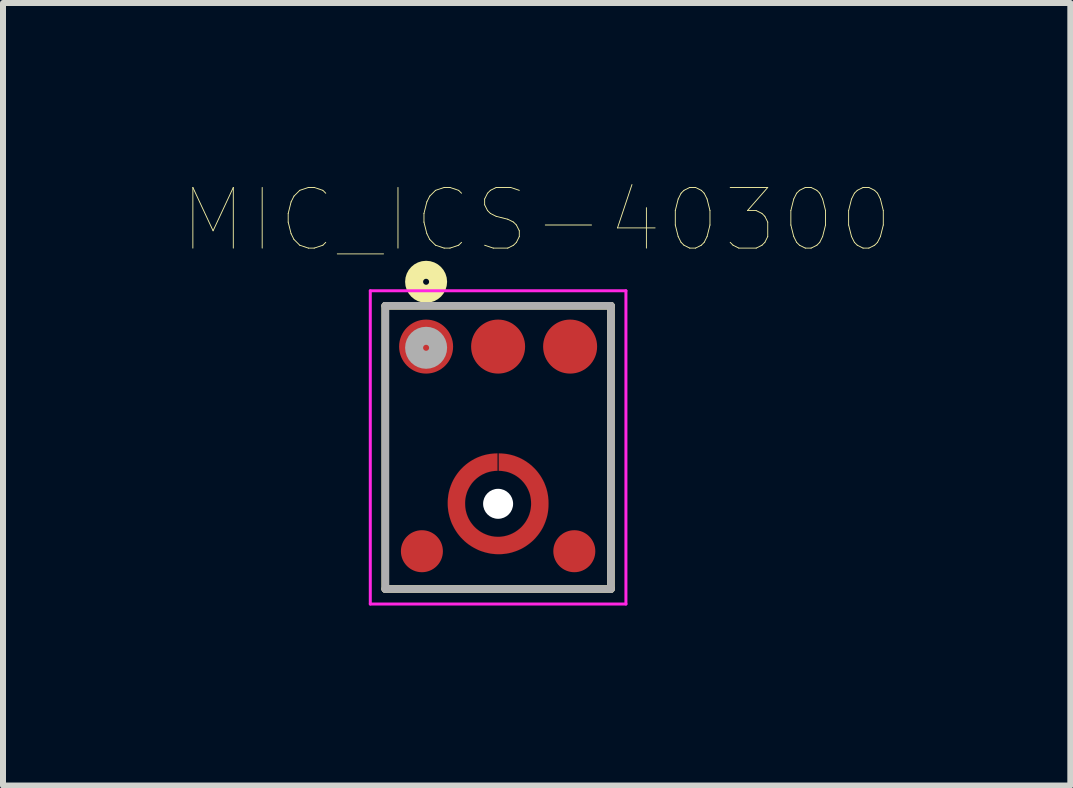
<source format=kicad_pcb>
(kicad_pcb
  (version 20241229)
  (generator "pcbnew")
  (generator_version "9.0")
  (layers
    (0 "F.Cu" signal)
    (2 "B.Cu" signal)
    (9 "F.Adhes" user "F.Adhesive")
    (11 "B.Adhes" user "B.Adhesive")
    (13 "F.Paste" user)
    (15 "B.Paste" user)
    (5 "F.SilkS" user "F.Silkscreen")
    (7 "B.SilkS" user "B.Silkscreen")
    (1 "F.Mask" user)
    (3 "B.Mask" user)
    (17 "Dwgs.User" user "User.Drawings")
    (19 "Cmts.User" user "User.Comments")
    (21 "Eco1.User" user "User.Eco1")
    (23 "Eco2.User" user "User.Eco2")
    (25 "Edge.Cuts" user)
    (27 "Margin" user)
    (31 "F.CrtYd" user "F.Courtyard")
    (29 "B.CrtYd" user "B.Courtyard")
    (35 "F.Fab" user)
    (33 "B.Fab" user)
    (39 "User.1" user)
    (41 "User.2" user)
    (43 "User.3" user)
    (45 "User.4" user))
  (footprint "MIC_ICS-40300"
    (layer "F.Cu")
    (at 5.251 5.346)
    (property "Reference" "MIC_ICS-40300" (at 0.642 -4.728 0) (layer "F.SilkS") (effects (font (size 1.011 1.011) (thickness 0.015))))
    (attr through_hole)
    (fp_poly (pts (xy -0.01 -0.84) (xy -0.01 -0.55) (xy -0.02 -0.55) (xy -0.048 -0.549) (xy -0.076 -0.546) (xy -0.104 -0.542) (xy -0.131 -0.536) (xy -0.159 -0.529) (xy -0.186 -0.521) (xy -0.212 -0.511) (xy -0.238 -0.499) (xy -0.264 -0.487) (xy -0.288 -0.473) (xy -0.312 -0.458) (xy -0.335 -0.441) (xy -0.357 -0.424) (xy -0.378 -0.405) (xy -0.399 -0.385) (xy -0.418 -0.364) (xy -0.436 -0.343) (xy -0.452 -0.32) (xy -0.468 -0.296) (xy -0.482 -0.272) (xy -0.495 -0.247) (xy -0.507 -0.221) (xy -0.518 -0.195) (xy -0.526 -0.168) (xy -0.534 -0.141) (xy -0.54 -0.113) (xy -0.545 -0.085) (xy -0.548 -0.057) (xy -0.55 -0.029) (xy -0.55 0) (xy -0.549 0.029) (xy -0.547 0.057) (xy -0.543 0.086) (xy -0.538 0.114) (xy -0.531 0.142) (xy -0.523 0.17) (xy -0.513 0.197) (xy -0.502 0.224) (xy -0.49 0.25) (xy -0.476 0.275) (xy -0.461 0.3) (xy -0.445 0.323) (xy -0.427 0.346) (xy -0.409 0.368) (xy -0.389 0.389) (xy -0.368 0.409) (xy -0.346 0.427) (xy -0.323 0.445) (xy -0.3 0.461) (xy -0.275 0.476) (xy -0.25 0.49) (xy -0.224 0.502) (xy -0.197 0.513) (xy -0.17 0.523) (xy -0.142 0.531) (xy -0.114 0.538) (xy -0.086 0.543) (xy -0.057 0.547) (xy -0.029 0.549) (xy 0 0.55) (xy 0.034 0.549) (xy 0.063 0.546) (xy 0.091 0.542) (xy 0.12 0.536) (xy 0.148 0.529) (xy 0.176 0.52) (xy 0.203 0.51) (xy 0.23 0.498) (xy 0.256 0.485) (xy 0.281 0.471) (xy 0.305 0.455) (xy 0.329 0.438) (xy 0.352 0.42) (xy 0.374 0.401) (xy 0.394 0.381) (xy 0.414 0.359) (xy 0.432 0.337) (xy 0.45 0.313) (xy 0.466 0.289) (xy 0.48 0.264) (xy 0.494 0.238) (xy 0.506 0.212) (xy 0.517 0.185) (xy 0.526 0.157) (xy 0.534 0.129) (xy 0.54 0.101) (xy 0.545 0.072) (xy 0.548 0.043) (xy 0.55 0.014) (xy 0.55 -0.01) (xy 0.549 -0.038) (xy 0.547 -0.066) (xy 0.543 -0.094) (xy 0.538 -0.122) (xy 0.532 -0.15) (xy 0.524 -0.177) (xy 0.514 -0.204) (xy 0.503 -0.23) (xy 0.491 -0.255) (xy 0.478 -0.28) (xy 0.463 -0.304) (xy 0.447 -0.327) (xy 0.43 -0.35) (xy 0.411 -0.371) (xy 0.392 -0.392) (xy 0.371 -0.411) (xy 0.35 -0.43) (xy 0.327 -0.447) (xy 0.304 -0.463) (xy 0.28 -0.478) (xy 0.255 -0.491) (xy 0.23 -0.503) (xy 0.204 -0.514) (xy 0.177 -0.524) (xy 0.15 -0.532) (xy 0.122 -0.538) (xy 0.094 -0.543) (xy 0.066 -0.547) (xy 0.038 -0.549) (xy 0.01 -0.55) (xy 0.01 -0.84) (xy 0.058 -0.839) (xy 0.101 -0.835) (xy 0.144 -0.83) (xy 0.187 -0.822) (xy 0.229 -0.812) (xy 0.27 -0.8) (xy 0.311 -0.785) (xy 0.351 -0.769) (xy 0.39 -0.75) (xy 0.428 -0.729) (xy 0.464 -0.707) (xy 0.5 -0.682) (xy 0.534 -0.656) (xy 0.567 -0.628) (xy 0.598 -0.598) (xy 0.628 -0.567) (xy 0.656 -0.534) (xy 0.682 -0.5) (xy 0.707 -0.464) (xy 0.729 -0.428) (xy 0.75 -0.39) (xy 0.769 -0.351) (xy 0.785 -0.311) (xy 0.8 -0.27) (xy 0.812 -0.229) (xy 0.822 -0.187) (xy 0.83 -0.144) (xy 0.835 -0.101) (xy 0.839 -0.058) (xy 0.84 -0.02) (xy 0.84 0.01) (xy 0.839 0.053) (xy 0.835 0.097) (xy 0.83 0.14) (xy 0.822 0.183) (xy 0.812 0.225) (xy 0.799 0.266) (xy 0.785 0.307) (xy 0.768 0.348) (xy 0.75 0.387) (xy 0.729 0.425) (xy 0.706 0.462) (xy 0.681 0.498) (xy 0.655 0.532) (xy 0.627 0.565) (xy 0.597 0.597) (xy 0.565 0.627) (xy 0.532 0.655) (xy 0.498 0.681) (xy 0.462 0.706) (xy 0.425 0.729) (xy 0.387 0.75) (xy 0.348 0.768) (xy 0.307 0.785) (xy 0.266 0.799) (xy 0.225 0.812) (xy 0.183 0.822) (xy 0.14 0.83) (xy 0.097 0.835) (xy 0.053 0.839) (xy 0.01 0.84) (xy -0.034 0.839) (xy -0.079 0.835) (xy -0.123 0.83) (xy -0.167 0.821) (xy -0.21 0.811) (xy -0.253 0.798) (xy -0.295 0.784) (xy -0.336 0.767) (xy -0.376 0.747) (xy -0.415 0.726) (xy -0.453 0.703) (xy -0.49 0.678) (xy -0.525 0.651) (xy -0.559 0.622) (xy -0.591 0.591) (xy -0.622 0.559) (xy -0.651 0.525) (xy -0.678 0.49) (xy -0.703 0.453) (xy -0.726 0.415) (xy -0.747 0.376) (xy -0.767 0.336) (xy -0.784 0.295) (xy -0.798 0.253) (xy -0.811 0.21) (xy -0.821 0.167) (xy -0.83 0.123) (xy -0.835 0.079) (xy -0.839 0.034) (xy -0.84 -0.01) (xy -0.84 -0.02) (xy -0.839 -0.058) (xy -0.835 -0.101) (xy -0.83 -0.144) (xy -0.822 -0.187) (xy -0.812 -0.229) (xy -0.8 -0.27) (xy -0.785 -0.311) (xy -0.769 -0.351) (xy -0.75 -0.39) (xy -0.729 -0.428) (xy -0.707 -0.464) (xy -0.682 -0.5) (xy -0.656 -0.534) (xy -0.628 -0.567) (xy -0.598 -0.598) (xy -0.567 -0.628) (xy -0.534 -0.656) (xy -0.5 -0.682) (xy -0.464 -0.707) (xy -0.428 -0.729) (xy -0.39 -0.75) (xy -0.351 -0.769) (xy -0.311 -0.785) (xy -0.27 -0.8) (xy -0.229 -0.812) (xy -0.187 -0.822) (xy -0.144 -0.83) (xy -0.101 -0.835) (xy -0.058 -0.839) (xy -0.01 -0.84)) (stroke (width 0.001) (type solid)) (fill yes) (layer "F.Cu"))
    (fp_circle (center 0 -0.007) (end 0.69 -0.007) (stroke (width 0.5) (type solid)) (fill no) (layer "F.Mask"))
    (fp_line (start -1.88 -3.3) (end 1.88 -3.3) (stroke (width 0.127) (type solid)) (layer "F.SilkS"))
    (fp_line (start -1.88 1.42) (end -1.88 -3.3) (stroke (width 0.127) (type solid)) (layer "F.SilkS"))
    (fp_line (start 1.88 -3.3) (end 1.88 1.42) (stroke (width 0.127) (type solid)) (layer "F.SilkS"))
    (fp_line (start 1.88 1.42) (end -1.88 1.42) (stroke (width 0.127) (type solid)) (layer "F.SilkS"))
    (fp_circle (center -1.2 -3.7) (end -1.15 -3.7) (stroke (width 0.3) (type solid)) (fill no) (layer "F.SilkS"))
    (fp_circle (center -1.27 0.79) (end -0.946 0.79) (stroke (width 0) (type solid)) (fill yes) (layer "F.Paste"))
    (fp_circle (center -1.2 -2.62) (end -0.775 -2.62) (stroke (width 0) (type solid)) (fill yes) (layer "F.Paste"))
    (fp_circle (center 0 -2.62) (end 0.425 -2.62) (stroke (width 0) (type solid)) (fill yes) (layer "F.Paste"))
    (fp_circle (center 1.2 -2.62) (end 1.625 -2.62) (stroke (width 0) (type solid)) (fill yes) (layer "F.Paste"))
    (fp_circle (center 1.27 0.79) (end 1.595 0.79) (stroke (width 0) (type solid)) (fill yes) (layer "F.Paste"))
    (fp_poly (pts (xy -0.641 0.102) (xy -0.641 0.102) (xy -0.641 0.101) (xy -0.641 0.101) (xy -0.641 0.101) (xy -0.641 0.101) (xy -0.641 0.101) (xy -0.642 0.101) (xy -0.642 0.101) (xy -0.642 0.101) (xy -0.642 0.101) (xy -0.642 0.101) (xy -0.642 0.101) (xy -0.642 0.101) (xy -0.642 0.101) (xy -0.642 0.1) (xy -0.642 0.1) (xy -0.642 0.1) (xy -0.642 0.1) (xy -0.642 0.1) (xy -0.642 0.1) (xy -0.642 0.1) (xy -0.642 0.1) (xy -0.642 0.1) (xy -0.643 0.1) (xy -0.643 0.1) (xy -0.643 0.1) (xy -0.643 0.1) (xy -0.643 0.1) (xy -0.643 0.1) (xy -0.643 0.1) (xy -0.895 0.1) (xy -0.894 0.142) (xy -0.891 0.183) (xy -0.885 0.224) (xy -0.878 0.265) (xy -0.868 0.306) (xy -0.856 0.346) (xy -0.842 0.385) (xy -0.826 0.423) (xy -0.808 0.461) (xy -0.788 0.497) (xy -0.767 0.533) (xy -0.743 0.567) (xy -0.718 0.6) (xy -0.691 0.632) (xy -0.662 0.662) (xy -0.632 0.691) (xy -0.6 0.718) (xy -0.567 0.743) (xy -0.533 0.767) (xy -0.497 0.788) (xy -0.461 0.808) (xy -0.423 0.826) (xy -0.385 0.842) (xy -0.346 0.856) (xy -0.306 0.868) (xy -0.265 0.878) (xy -0.224 0.885) (xy -0.183 0.891) (xy -0.142 0.894) (xy -0.1 0.895) (xy -0.1 0.64) (xy -0.128 0.639) (xy -0.156 0.637) (xy -0.184 0.633) (xy -0.212 0.628) (xy -0.24 0.622) (xy -0.267 0.614) (xy -0.294 0.604) (xy -0.32 0.593) (xy -0.345 0.581) (xy -0.37 0.568) (xy -0.394 0.553) (xy -0.417 0.537) (xy -0.44 0.52) (xy -0.461 0.501) (xy -0.482 0.482) (xy -0.501 0.461) (xy -0.52 0.44) (xy -0.537 0.417) (xy -0.553 0.394) (xy -0.568 0.37) (xy -0.581 0.345) (xy -0.593 0.32) (xy -0.604 0.294) (xy -0.614 0.267) (xy -0.622 0.24) (xy -0.628 0.212) (xy -0.633 0.184) (xy -0.637 0.156) (xy -0.639 0.128) (xy -0.64 0.1) (xy -0.641 0.102)) (stroke (width 0.0001) (type solid)) (fill yes) (layer "F.Paste"))
    (fp_poly (pts (xy -0.102 -0.641) (xy -0.102 -0.641) (xy -0.101 -0.641) (xy -0.101 -0.641) (xy -0.101 -0.641) (xy -0.101 -0.641) (xy -0.101 -0.641) (xy -0.101 -0.642) (xy -0.101 -0.642) (xy -0.101 -0.642) (xy -0.101 -0.642) (xy -0.101 -0.642) (xy -0.101 -0.642) (xy -0.101 -0.642) (xy -0.101 -0.642) (xy -0.1 -0.642) (xy -0.1 -0.642) (xy -0.1 -0.642) (xy -0.1 -0.642) (xy -0.1 -0.642) (xy -0.1 -0.642) (xy -0.1 -0.642) (xy -0.1 -0.642) (xy -0.1 -0.642) (xy -0.1 -0.643) (xy -0.1 -0.643) (xy -0.1 -0.643) (xy -0.1 -0.643) (xy -0.1 -0.643) (xy -0.1 -0.643) (xy -0.1 -0.643) (xy -0.1 -0.895) (xy -0.142 -0.894) (xy -0.183 -0.891) (xy -0.224 -0.885) (xy -0.265 -0.878) (xy -0.306 -0.868) (xy -0.346 -0.856) (xy -0.385 -0.842) (xy -0.423 -0.826) (xy -0.461 -0.808) (xy -0.497 -0.788) (xy -0.533 -0.767) (xy -0.567 -0.743) (xy -0.6 -0.718) (xy -0.632 -0.691) (xy -0.662 -0.662) (xy -0.691 -0.632) (xy -0.718 -0.6) (xy -0.743 -0.567) (xy -0.767 -0.533) (xy -0.788 -0.497) (xy -0.808 -0.461) (xy -0.826 -0.423) (xy -0.842 -0.385) (xy -0.856 -0.346) (xy -0.868 -0.306) (xy -0.878 -0.265) (xy -0.885 -0.224) (xy -0.891 -0.183) (xy -0.894 -0.142) (xy -0.895 -0.1) (xy -0.64 -0.1) (xy -0.639 -0.128) (xy -0.637 -0.156) (xy -0.633 -0.184) (xy -0.628 -0.212) (xy -0.622 -0.24) (xy -0.614 -0.267) (xy -0.604 -0.294) (xy -0.593 -0.32) (xy -0.581 -0.345) (xy -0.568 -0.37) (xy -0.553 -0.394) (xy -0.537 -0.417) (xy -0.52 -0.44) (xy -0.501 -0.461) (xy -0.482 -0.482) (xy -0.461 -0.501) (xy -0.44 -0.52) (xy -0.417 -0.537) (xy -0.394 -0.553) (xy -0.37 -0.568) (xy -0.345 -0.581) (xy -0.32 -0.593) (xy -0.294 -0.604) (xy -0.267 -0.614) (xy -0.24 -0.622) (xy -0.212 -0.628) (xy -0.184 -0.633) (xy -0.156 -0.637) (xy -0.128 -0.639) (xy -0.1 -0.64) (xy -0.102 -0.641)) (stroke (width 0.0001) (type solid)) (fill yes) (layer "F.Paste"))
    (fp_poly (pts (xy 0.102 0.641) (xy 0.102 0.641) (xy 0.101 0.641) (xy 0.101 0.641) (xy 0.101 0.641) (xy 0.101 0.641) (xy 0.101 0.641) (xy 0.101 0.642) (xy 0.101 0.642) (xy 0.101 0.642) (xy 0.101 0.642) (xy 0.101 0.642) (xy 0.101 0.642) (xy 0.101 0.642) (xy 0.101 0.642) (xy 0.1 0.642) (xy 0.1 0.642) (xy 0.1 0.642) (xy 0.1 0.642) (xy 0.1 0.642) (xy 0.1 0.642) (xy 0.1 0.642) (xy 0.1 0.642) (xy 0.1 0.642) (xy 0.1 0.643) (xy 0.1 0.643) (xy 0.1 0.643) (xy 0.1 0.643) (xy 0.1 0.643) (xy 0.1 0.643) (xy 0.1 0.643) (xy 0.1 0.895) (xy 0.142 0.894) (xy 0.183 0.891) (xy 0.224 0.885) (xy 0.265 0.878) (xy 0.306 0.868) (xy 0.346 0.856) (xy 0.385 0.842) (xy 0.423 0.826) (xy 0.461 0.808) (xy 0.497 0.788) (xy 0.533 0.767) (xy 0.567 0.743) (xy 0.6 0.718) (xy 0.632 0.691) (xy 0.662 0.662) (xy 0.691 0.632) (xy 0.718 0.6) (xy 0.743 0.567) (xy 0.767 0.533) (xy 0.788 0.497) (xy 0.808 0.461) (xy 0.826 0.423) (xy 0.842 0.385) (xy 0.856 0.346) (xy 0.868 0.306) (xy 0.878 0.265) (xy 0.885 0.224) (xy 0.891 0.183) (xy 0.894 0.142) (xy 0.895 0.1) (xy 0.64 0.1) (xy 0.639 0.128) (xy 0.637 0.156) (xy 0.633 0.184) (xy 0.628 0.212) (xy 0.622 0.24) (xy 0.614 0.267) (xy 0.604 0.294) (xy 0.593 0.32) (xy 0.581 0.345) (xy 0.568 0.37) (xy 0.553 0.394) (xy 0.537 0.417) (xy 0.52 0.44) (xy 0.501 0.461) (xy 0.482 0.482) (xy 0.461 0.501) (xy 0.44 0.52) (xy 0.417 0.537) (xy 0.394 0.553) (xy 0.37 0.568) (xy 0.345 0.581) (xy 0.32 0.593) (xy 0.294 0.604) (xy 0.267 0.614) (xy 0.24 0.622) (xy 0.212 0.628) (xy 0.184 0.633) (xy 0.156 0.637) (xy 0.128 0.639) (xy 0.1 0.64) (xy 0.102 0.641)) (stroke (width 0.0001) (type solid)) (fill yes) (layer "F.Paste"))
    (fp_poly (pts (xy 0.641 -0.107) (xy 0.641 -0.107) (xy 0.641 -0.106) (xy 0.641 -0.106) (xy 0.641 -0.106) (xy 0.641 -0.106) (xy 0.641 -0.106) (xy 0.642 -0.106) (xy 0.642 -0.106) (xy 0.642 -0.106) (xy 0.642 -0.106) (xy 0.642 -0.106) (xy 0.642 -0.106) (xy 0.642 -0.106) (xy 0.642 -0.106) (xy 0.642 -0.105) (xy 0.642 -0.105) (xy 0.642 -0.105) (xy 0.642 -0.105) (xy 0.642 -0.105) (xy 0.642 -0.105) (xy 0.642 -0.105) (xy 0.642 -0.105) (xy 0.642 -0.105) (xy 0.643 -0.105) (xy 0.643 -0.105) (xy 0.643 -0.105) (xy 0.643 -0.105) (xy 0.643 -0.105) (xy 0.643 -0.105) (xy 0.643 -0.105) (xy 0.895 -0.105) (xy 0.894 -0.147) (xy 0.891 -0.188) (xy 0.885 -0.229) (xy 0.878 -0.27) (xy 0.868 -0.311) (xy 0.856 -0.351) (xy 0.842 -0.39) (xy 0.826 -0.428) (xy 0.808 -0.466) (xy 0.788 -0.502) (xy 0.767 -0.538) (xy 0.743 -0.572) (xy 0.718 -0.605) (xy 0.691 -0.637) (xy 0.662 -0.667) (xy 0.632 -0.696) (xy 0.6 -0.723) (xy 0.567 -0.748) (xy 0.533 -0.772) (xy 0.497 -0.793) (xy 0.461 -0.813) (xy 0.423 -0.831) (xy 0.385 -0.847) (xy 0.346 -0.861) (xy 0.306 -0.873) (xy 0.265 -0.883) (xy 0.224 -0.89) (xy 0.183 -0.896) (xy 0.142 -0.899) (xy 0.1 -0.9) (xy 0.1 -0.645) (xy 0.128 -0.644) (xy 0.156 -0.642) (xy 0.184 -0.638) (xy 0.212 -0.633) (xy 0.24 -0.627) (xy 0.267 -0.619) (xy 0.294 -0.609) (xy 0.32 -0.598) (xy 0.345 -0.586) (xy 0.37 -0.573) (xy 0.394 -0.558) (xy 0.417 -0.542) (xy 0.44 -0.525) (xy 0.461 -0.506) (xy 0.482 -0.487) (xy 0.501 -0.466) (xy 0.52 -0.445) (xy 0.537 -0.422) (xy 0.553 -0.399) (xy 0.568 -0.375) (xy 0.581 -0.35) (xy 0.593 -0.325) (xy 0.604 -0.299) (xy 0.614 -0.272) (xy 0.622 -0.245) (xy 0.628 -0.217) (xy 0.633 -0.189) (xy 0.637 -0.161) (xy 0.639 -0.133) (xy 0.64 -0.105) (xy 0.641 -0.107)) (stroke (width 0.0001) (type solid)) (fill yes) (layer "F.Paste"))
    (fp_line (start -2.13 -3.55) (end 2.13 -3.55) (stroke (width 0.05) (type solid)) (layer "F.CrtYd"))
    (fp_line (start -2.13 1.67) (end -2.13 -3.55) (stroke (width 0.05) (type solid)) (layer "F.CrtYd"))
    (fp_line (start 2.13 -3.55) (end 2.13 1.67) (stroke (width 0.05) (type solid)) (layer "F.CrtYd"))
    (fp_line (start 2.13 1.67) (end -2.13 1.67) (stroke (width 0.05) (type solid)) (layer "F.CrtYd"))
    (fp_line (start -1.88 -3.3) (end 1.88 -3.3) (stroke (width 0.127) (type solid)) (layer "F.Fab"))
    (fp_line (start -1.88 1.42) (end -1.88 -3.3) (stroke (width 0.127) (type solid)) (layer "F.Fab"))
    (fp_line (start 1.88 -3.3) (end 1.88 1.42) (stroke (width 0.127) (type solid)) (layer "F.Fab"))
    (fp_line (start 1.88 1.42) (end -1.88 1.42) (stroke (width 0.127) (type solid)) (layer "F.Fab"))
    (fp_circle (center -1.2 -2.6) (end -1.15 -2.6) (stroke (width 0.3) (type solid)) (fill no) (layer "F.Fab"))
    (pad "" np_thru_hole circle (at 0 0) (size 0.5 0.5) (drill 0.5) (layers "*.Cu" "*.Mask"))
    (pad "1" smd circle (at -1.2 -2.62) (size 0.9 0.9) (layers "F.Cu" "F.Mask"))
    (pad "2" smd circle (at -1.27 0.79) (size 0.7 0.7) (layers "F.Cu" "F.Mask"))
    (pad "3" smd circle (at 0 0.69) (size 0.1 0.1) (layers "F.Cu"))
    (pad "4" smd circle (at 1.27 0.79) (size 0.7 0.7) (layers "F.Cu" "F.Mask"))
    (pad "5" smd circle (at 1.2 -2.62) (size 0.9 0.9) (layers "F.Cu" "F.Mask"))
    (pad "6" smd circle (at 0 -2.62) (size 0.9 0.9) (layers "F.Cu" "F.Mask")))
  (gr_rect
    (start -3 -3)
    (end 14.787 10.041)
    (stroke (width 0.1) (type default))
    (fill no)
    (layer "Edge.Cuts")))
</source>
